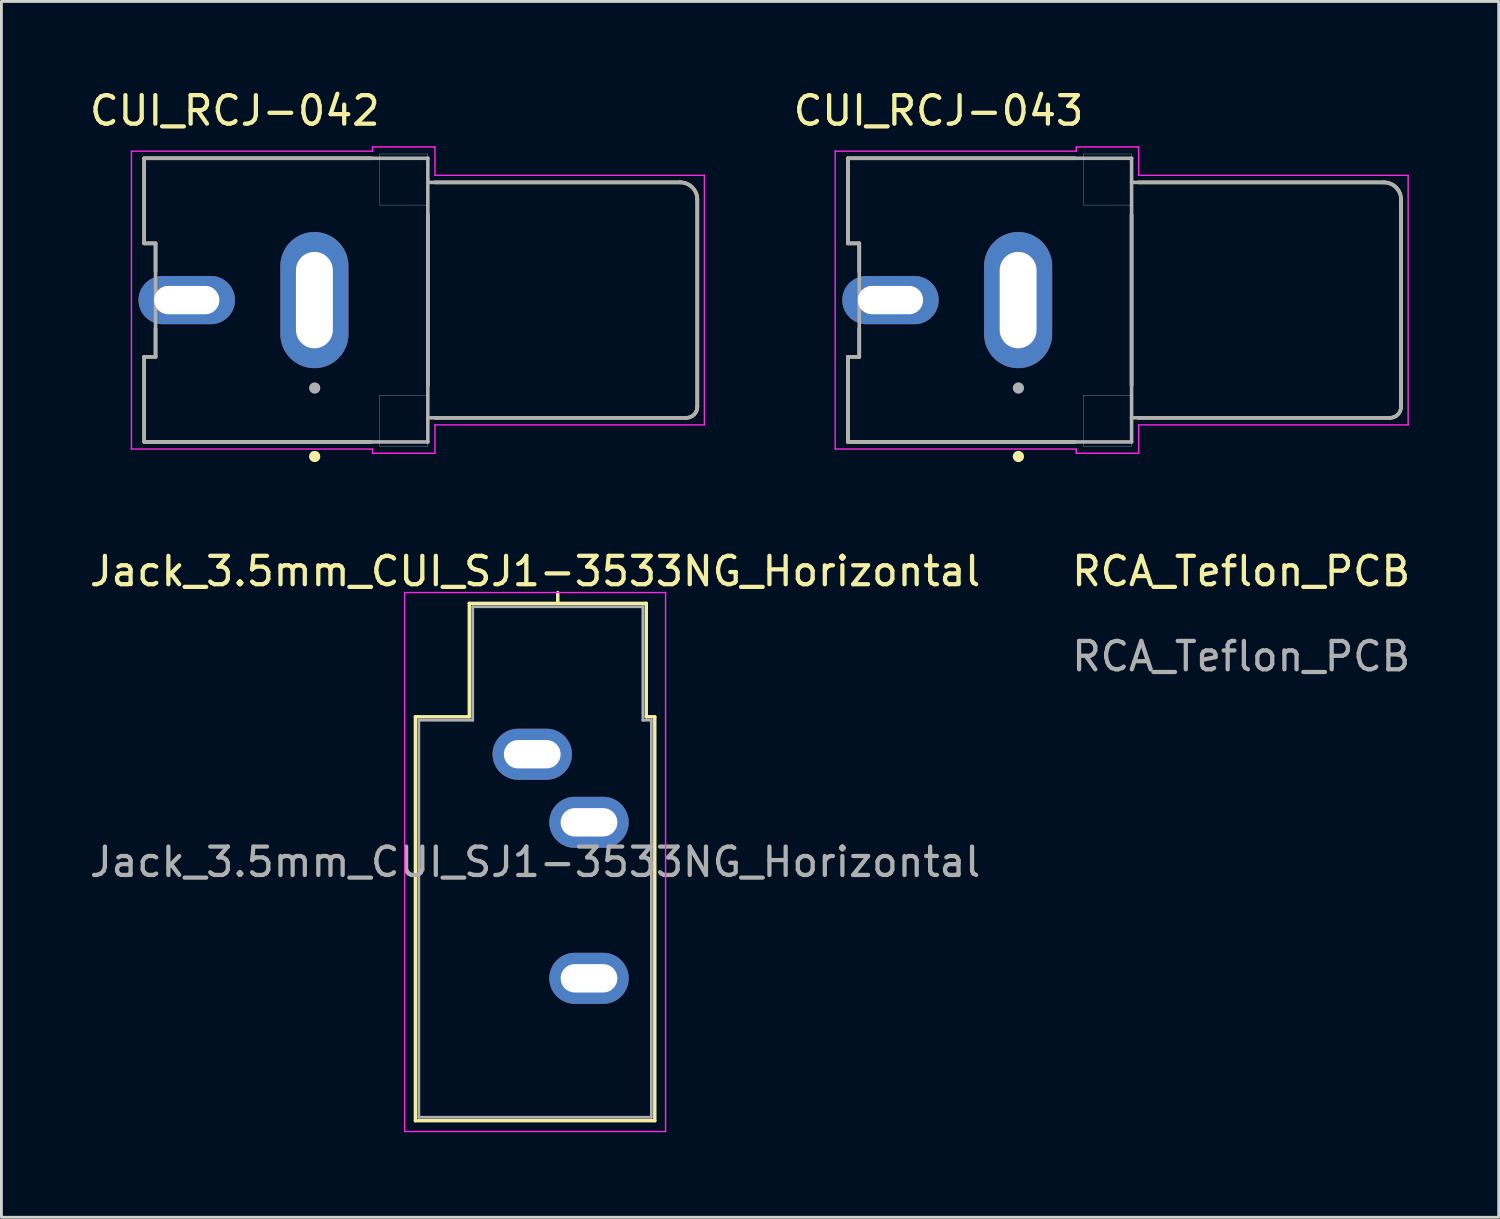
<source format=kicad_pcb>
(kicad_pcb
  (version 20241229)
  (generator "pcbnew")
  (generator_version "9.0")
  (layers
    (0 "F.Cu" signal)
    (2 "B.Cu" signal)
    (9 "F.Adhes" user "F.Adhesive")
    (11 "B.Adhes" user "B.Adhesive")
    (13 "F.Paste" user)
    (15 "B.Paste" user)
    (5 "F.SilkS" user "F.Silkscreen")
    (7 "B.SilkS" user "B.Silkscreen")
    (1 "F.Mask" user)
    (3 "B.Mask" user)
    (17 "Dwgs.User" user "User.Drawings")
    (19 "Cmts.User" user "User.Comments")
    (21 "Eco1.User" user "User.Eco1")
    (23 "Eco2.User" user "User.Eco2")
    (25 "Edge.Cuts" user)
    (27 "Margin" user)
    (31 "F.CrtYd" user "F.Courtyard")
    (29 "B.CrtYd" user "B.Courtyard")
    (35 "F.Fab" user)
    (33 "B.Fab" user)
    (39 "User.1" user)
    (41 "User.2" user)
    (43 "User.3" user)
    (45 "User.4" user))
  (footprint "CUI_RCJ-043"
    (layer "F.Cu")
    (at 36.844 7.53)
    (property "Reference" "CUI_RCJ-043" (at -6.806 -6.678 0) (layer "F.SilkS") (effects (font (size 1.006 1.006) (thickness 0.15))))
    (attr through_hole)
    (fp_line (start -10 -5) (end -2 -5) (stroke (width 0.127) (type solid)) (layer "F.SilkS"))
    (fp_line (start -10 -2) (end -10 -5) (stroke (width 0.127) (type solid)) (layer "F.SilkS"))
    (fp_line (start -10 2) (end -9.6 2) (stroke (width 0.127) (type solid)) (layer "F.SilkS"))
    (fp_line (start -10 5) (end -10 2) (stroke (width 0.127) (type solid)) (layer "F.SilkS"))
    (fp_line (start -10 5) (end -2 5) (stroke (width 0.127) (type solid)) (layer "F.SilkS"))
    (fp_line (start -9.6 -2) (end -10 -2) (stroke (width 0.127) (type solid)) (layer "F.SilkS"))
    (fp_line (start -9.6 -1) (end -9.6 -2) (stroke (width 0.127) (type solid)) (layer "F.SilkS"))
    (fp_line (start -9.6 2) (end -9.6 1) (stroke (width 0.127) (type solid)) (layer "F.SilkS"))
    (fp_line (start 0 3) (end 0 -3) (stroke (width 0.127) (type solid)) (layer "F.SilkS"))
    (fp_line (start 0.25 -4.15) (end 8.89 -4.15) (stroke (width 0.127) (type solid)) (layer "F.SilkS"))
    (fp_line (start 9.11 4.15) (end 0.25 4.15) (stroke (width 0.127) (type solid)) (layer "F.SilkS"))
    (fp_line (start 9.5 -3.54) (end 9.5 3.76) (stroke (width 0.127) (type solid)) (layer "F.SilkS"))
    (fp_arc (start 8.89 -4.15) (mid 9.321335 -3.971335) (end 9.5 -3.54) (stroke (width 0.127) (type solid)) (layer "F.SilkS"))
    (fp_arc (start 9.5 3.76) (mid 9.385772 4.035772) (end 9.11 4.15) (stroke (width 0.127) (type solid)) (layer "F.SilkS"))
    (fp_circle (center -3.99 5.513) (end -3.89 5.513) (stroke (width 0.2) (type solid)) (fill no) (layer "F.SilkS"))
    (fp_line (start -1.7 -5.15) (end -1.7 -3.35) (stroke (width 0.01) (type solid)) (layer "Edge.Cuts"))
    (fp_line (start -1.7 -3.35) (end 0 -3.35) (stroke (width 0.01) (type solid)) (layer "Edge.Cuts"))
    (fp_line (start -1.7 3.35) (end -1.7 5.15) (stroke (width 0.01) (type solid)) (layer "Edge.Cuts"))
    (fp_line (start -1.7 5.15) (end 0 5.15) (stroke (width 0.01) (type solid)) (layer "Edge.Cuts"))
    (fp_line (start 0 -5.15) (end -1.7 -5.15) (stroke (width 0.01) (type solid)) (layer "Edge.Cuts"))
    (fp_line (start 0 -3.35) (end 0 -5.15) (stroke (width 0.01) (type solid)) (layer "Edge.Cuts"))
    (fp_line (start 0 3.35) (end -1.7 3.35) (stroke (width 0.01) (type solid)) (layer "Edge.Cuts"))
    (fp_line (start 0 5.15) (end 0 3.35) (stroke (width 0.01) (type solid)) (layer "Edge.Cuts"))
    (fp_line (start -10.45 -5.25) (end -10.45 5.25) (stroke (width 0.05) (type solid)) (layer "F.CrtYd"))
    (fp_line (start -10.45 5.25) (end -1.95 5.25) (stroke (width 0.05) (type solid)) (layer "F.CrtYd"))
    (fp_line (start -1.95 -5.4) (end -1.95 -5.25) (stroke (width 0.05) (type solid)) (layer "F.CrtYd"))
    (fp_line (start -1.95 -5.25) (end -10.45 -5.25) (stroke (width 0.05) (type solid)) (layer "F.CrtYd"))
    (fp_line (start -1.95 5.25) (end -1.95 5.4) (stroke (width 0.05) (type solid)) (layer "F.CrtYd"))
    (fp_line (start -1.95 5.4) (end 0.25 5.4) (stroke (width 0.05) (type solid)) (layer "F.CrtYd"))
    (fp_line (start 0.25 -5.4) (end -1.95 -5.4) (stroke (width 0.05) (type solid)) (layer "F.CrtYd"))
    (fp_line (start 0.25 -4.4) (end 0.25 -5.4) (stroke (width 0.05) (type solid)) (layer "F.CrtYd"))
    (fp_line (start 0.25 4.4) (end 9.75 4.4) (stroke (width 0.05) (type solid)) (layer "F.CrtYd"))
    (fp_line (start 0.25 5.4) (end 0.25 4.4) (stroke (width 0.05) (type solid)) (layer "F.CrtYd"))
    (fp_line (start 9.75 -4.4) (end 0.25 -4.4) (stroke (width 0.05) (type solid)) (layer "F.CrtYd"))
    (fp_line (start 9.75 4.4) (end 9.75 -4.4) (stroke (width 0.05) (type solid)) (layer "F.CrtYd"))
    (fp_line (start -10 -5) (end 0 -5) (stroke (width 0.127) (type solid)) (layer "F.Fab"))
    (fp_line (start -10 -2) (end -10 -5) (stroke (width 0.127) (type solid)) (layer "F.Fab"))
    (fp_line (start -10 2) (end -9.6 2) (stroke (width 0.127) (type solid)) (layer "F.Fab"))
    (fp_line (start -10 5) (end -10 2) (stroke (width 0.127) (type solid)) (layer "F.Fab"))
    (fp_line (start -9.6 -2) (end -10 -2) (stroke (width 0.127) (type solid)) (layer "F.Fab"))
    (fp_line (start -9.6 2) (end -9.6 -2) (stroke (width 0.127) (type solid)) (layer "F.Fab"))
    (fp_line (start 0 -5) (end 0 -4.15) (stroke (width 0.127) (type solid)) (layer "F.Fab"))
    (fp_line (start 0 -4.15) (end 0 4.15) (stroke (width 0.127) (type solid)) (layer "F.Fab"))
    (fp_line (start 0 -4.15) (end 8.91 -4.15) (stroke (width 0.127) (type solid)) (layer "F.Fab"))
    (fp_line (start 0 4.15) (end 0 5) (stroke (width 0.127) (type solid)) (layer "F.Fab"))
    (fp_line (start 0 5) (end -10 5) (stroke (width 0.127) (type solid)) (layer "F.Fab"))
    (fp_line (start 9.11 4.15) (end 0 4.15) (stroke (width 0.127) (type solid)) (layer "F.Fab"))
    (fp_line (start 9.5 -3.56) (end 9.5 3.76) (stroke (width 0.127) (type solid)) (layer "F.Fab"))
    (fp_arc (start 8.91 -4.15) (mid 9.327193 -3.977193) (end 9.5 -3.56) (stroke (width 0.127) (type solid)) (layer "F.Fab"))
    (fp_arc (start 9.5 3.76) (mid 9.385772 4.035772) (end 9.11 4.15) (stroke (width 0.127) (type solid)) (layer "F.Fab"))
    (fp_circle (center -3.99 3.1) (end -3.89 3.1) (stroke (width 0.2) (type solid)) (fill no) (layer "F.Fab"))
    (pad "1" thru_hole oval (at -4 0) (size 2.4 4.8) (drill oval 1.3 3.4) (layers "*.Cu" "*.Mask"))
    (pad "2" thru_hole oval (at -8.5 0) (size 3.4 1.7) (drill oval 2.3 1) (layers "*.Cu" "*.Mask")))
  (footprint "CUI_RCJ-042"
    (layer "F.Cu")
    (at 12.034 7.53)
    (property "Reference" "CUI_RCJ-042" (at -6.806 -6.678 0) (layer "F.SilkS") (effects (font (size 1.006 1.006) (thickness 0.15))))
    (attr through_hole)
    (fp_line (start -10 -5) (end -2 -5) (stroke (width 0.127) (type solid)) (layer "F.SilkS"))
    (fp_line (start -10 -2) (end -10 -5) (stroke (width 0.127) (type solid)) (layer "F.SilkS"))
    (fp_line (start -10 2) (end -9.6 2) (stroke (width 0.127) (type solid)) (layer "F.SilkS"))
    (fp_line (start -10 5) (end -10 2) (stroke (width 0.127) (type solid)) (layer "F.SilkS"))
    (fp_line (start -10 5) (end -2 5) (stroke (width 0.127) (type solid)) (layer "F.SilkS"))
    (fp_line (start -9.6 -2) (end -10 -2) (stroke (width 0.127) (type solid)) (layer "F.SilkS"))
    (fp_line (start -9.6 -1) (end -9.6 -2) (stroke (width 0.127) (type solid)) (layer "F.SilkS"))
    (fp_line (start -9.6 2) (end -9.6 1) (stroke (width 0.127) (type solid)) (layer "F.SilkS"))
    (fp_line (start 0 3) (end 0 -3) (stroke (width 0.127) (type solid)) (layer "F.SilkS"))
    (fp_line (start 0.25 -4.15) (end 8.89 -4.15) (stroke (width 0.127) (type solid)) (layer "F.SilkS"))
    (fp_line (start 9.11 4.15) (end 0.25 4.15) (stroke (width 0.127) (type solid)) (layer "F.SilkS"))
    (fp_line (start 9.5 -3.54) (end 9.5 3.76) (stroke (width 0.127) (type solid)) (layer "F.SilkS"))
    (fp_arc (start 8.89 -4.15) (mid 9.321335 -3.971335) (end 9.5 -3.54) (stroke (width 0.127) (type solid)) (layer "F.SilkS"))
    (fp_arc (start 9.5 3.76) (mid 9.385772 4.035772) (end 9.11 4.15) (stroke (width 0.127) (type solid)) (layer "F.SilkS"))
    (fp_circle (center -3.99 5.513) (end -3.89 5.513) (stroke (width 0.2) (type solid)) (fill no) (layer "F.SilkS"))
    (fp_line (start -1.7 -5.15) (end -1.7 -3.35) (stroke (width 0.01) (type solid)) (layer "Edge.Cuts"))
    (fp_line (start -1.7 -3.35) (end 0 -3.35) (stroke (width 0.01) (type solid)) (layer "Edge.Cuts"))
    (fp_line (start -1.7 3.35) (end -1.7 5.15) (stroke (width 0.01) (type solid)) (layer "Edge.Cuts"))
    (fp_line (start -1.7 5.15) (end 0 5.15) (stroke (width 0.01) (type solid)) (layer "Edge.Cuts"))
    (fp_line (start 0 -5.15) (end -1.7 -5.15) (stroke (width 0.01) (type solid)) (layer "Edge.Cuts"))
    (fp_line (start 0 -3.35) (end 0 -5.15) (stroke (width 0.01) (type solid)) (layer "Edge.Cuts"))
    (fp_line (start 0 3.35) (end -1.7 3.35) (stroke (width 0.01) (type solid)) (layer "Edge.Cuts"))
    (fp_line (start 0 5.15) (end 0 3.35) (stroke (width 0.01) (type solid)) (layer "Edge.Cuts"))
    (fp_line (start -10.45 -5.25) (end -10.45 5.25) (stroke (width 0.05) (type solid)) (layer "F.CrtYd"))
    (fp_line (start -10.45 5.25) (end -1.95 5.25) (stroke (width 0.05) (type solid)) (layer "F.CrtYd"))
    (fp_line (start -1.95 -5.4) (end -1.95 -5.25) (stroke (width 0.05) (type solid)) (layer "F.CrtYd"))
    (fp_line (start -1.95 -5.25) (end -10.45 -5.25) (stroke (width 0.05) (type solid)) (layer "F.CrtYd"))
    (fp_line (start -1.95 5.25) (end -1.95 5.4) (stroke (width 0.05) (type solid)) (layer "F.CrtYd"))
    (fp_line (start -1.95 5.4) (end 0.25 5.4) (stroke (width 0.05) (type solid)) (layer "F.CrtYd"))
    (fp_line (start 0.25 -5.4) (end -1.95 -5.4) (stroke (width 0.05) (type solid)) (layer "F.CrtYd"))
    (fp_line (start 0.25 -4.4) (end 0.25 -5.4) (stroke (width 0.05) (type solid)) (layer "F.CrtYd"))
    (fp_line (start 0.25 4.4) (end 9.75 4.4) (stroke (width 0.05) (type solid)) (layer "F.CrtYd"))
    (fp_line (start 0.25 5.4) (end 0.25 4.4) (stroke (width 0.05) (type solid)) (layer "F.CrtYd"))
    (fp_line (start 9.75 -4.4) (end 0.25 -4.4) (stroke (width 0.05) (type solid)) (layer "F.CrtYd"))
    (fp_line (start 9.75 4.4) (end 9.75 -4.4) (stroke (width 0.05) (type solid)) (layer "F.CrtYd"))
    (fp_line (start -10 -5) (end 0 -5) (stroke (width 0.127) (type solid)) (layer "F.Fab"))
    (fp_line (start -10 -2) (end -10 -5) (stroke (width 0.127) (type solid)) (layer "F.Fab"))
    (fp_line (start -10 2) (end -9.6 2) (stroke (width 0.127) (type solid)) (layer "F.Fab"))
    (fp_line (start -10 5) (end -10 2) (stroke (width 0.127) (type solid)) (layer "F.Fab"))
    (fp_line (start -9.6 -2) (end -10 -2) (stroke (width 0.127) (type solid)) (layer "F.Fab"))
    (fp_line (start -9.6 2) (end -9.6 -2) (stroke (width 0.127) (type solid)) (layer "F.Fab"))
    (fp_line (start 0 -5) (end 0 -4.15) (stroke (width 0.127) (type solid)) (layer "F.Fab"))
    (fp_line (start 0 -4.15) (end 0 4.15) (stroke (width 0.127) (type solid)) (layer "F.Fab"))
    (fp_line (start 0 -4.15) (end 8.91 -4.15) (stroke (width 0.127) (type solid)) (layer "F.Fab"))
    (fp_line (start 0 4.15) (end 0 5) (stroke (width 0.127) (type solid)) (layer "F.Fab"))
    (fp_line (start 0 5) (end -10 5) (stroke (width 0.127) (type solid)) (layer "F.Fab"))
    (fp_line (start 9.11 4.15) (end 0 4.15) (stroke (width 0.127) (type solid)) (layer "F.Fab"))
    (fp_line (start 9.5 -3.56) (end 9.5 3.76) (stroke (width 0.127) (type solid)) (layer "F.Fab"))
    (fp_arc (start 8.91 -4.15) (mid 9.327193 -3.977193) (end 9.5 -3.56) (stroke (width 0.127) (type solid)) (layer "F.Fab"))
    (fp_arc (start 9.5 3.76) (mid 9.385772 4.035772) (end 9.11 4.15) (stroke (width 0.127) (type solid)) (layer "F.Fab"))
    (fp_circle (center -3.99 3.1) (end -3.89 3.1) (stroke (width 0.2) (type solid)) (fill no) (layer "F.Fab"))
    (pad "1" thru_hole oval (at -4 0) (size 2.4 4.8) (drill oval 1.3 3.4) (layers "*.Cu" "*.Mask"))
    (pad "2" thru_hole oval (at -8.5 0) (size 3.4 1.7) (drill oval 2.3 1) (layers "*.Cu" "*.Mask")))
  (footprint "RCA_Teflon_PCB"
    (layer "F.Cu")
    (at 40.708 17.591)
    (property "Reference" "RCA_Teflon_PCB" (at 0 -0.5 0) (unlocked yes) (layer "F.SilkS") (effects (font (size 1 1) (thickness 0.15))))
    (attr through_hole)
    (fp_text user "${REFERENCE}" (at 0 2.5 0) (unlocked yes) (layer "F.Fab") (effects (font (size 1 1) (thickness 0.15)))))
  (footprint "Jack_3.5mm_CUI_SJ1-3533NG_Horizontal"
    (layer "F.Cu")
    (at 15.715 23.541)
    (property "Reference" "Jack_3.5mm_CUI_SJ1-3533NG_Horizontal" (at 0.1 -6.45 0) (layer "F.SilkS") (effects (font (size 1 1) (thickness 0.15))))
    (attr through_hole)
    (fp_line (start -4.12 -1.32) (end -2.22 -1.32) (stroke (width 0.12) (type solid)) (layer "F.SilkS"))
    (fp_line (start -4.12 12.92) (end -4.12 -1.32) (stroke (width 0.12) (type solid)) (layer "F.SilkS"))
    (fp_line (start -2.22 -5.32) (end 4.02 -5.32) (stroke (width 0.12) (type solid)) (layer "F.SilkS"))
    (fp_line (start -2.22 -1.32) (end -2.22 -5.32) (stroke (width 0.12) (type solid)) (layer "F.SilkS"))
    (fp_line (start 0.9 -5.32) (end 0.9 -5.7) (stroke (width 0.12) (type solid)) (layer "F.SilkS"))
    (fp_line (start 4.02 -5.32) (end 4.02 -1.32) (stroke (width 0.12) (type solid)) (layer "F.SilkS"))
    (fp_line (start 4.02 -1.32) (end 4.32 -1.32) (stroke (width 0.12) (type solid)) (layer "F.SilkS"))
    (fp_line (start 4.32 -1.32) (end 4.32 12.92) (stroke (width 0.12) (type solid)) (layer "F.SilkS"))
    (fp_line (start 4.32 12.92) (end -4.12 12.92) (stroke (width 0.12) (type solid)) (layer "F.SilkS"))
    (fp_line (start -4.5 -5.7) (end -4.5 13.3) (stroke (width 0.05) (type solid)) (layer "F.CrtYd"))
    (fp_line (start -4.5 13.3) (end 4.7 13.3) (stroke (width 0.05) (type solid)) (layer "F.CrtYd"))
    (fp_line (start 4.7 -5.7) (end -4.5 -5.7) (stroke (width 0.05) (type solid)) (layer "F.CrtYd"))
    (fp_line (start 4.7 13.3) (end 4.7 -5.7) (stroke (width 0.05) (type solid)) (layer "F.CrtYd"))
    (fp_line (start -4 -1.2) (end -2.1 -1.2) (stroke (width 0.1) (type solid)) (layer "F.Fab"))
    (fp_line (start -4 12.8) (end -4 -1.2) (stroke (width 0.1) (type solid)) (layer "F.Fab"))
    (fp_line (start -2.1 -5.2) (end 3.9 -5.2) (stroke (width 0.1) (type solid)) (layer "F.Fab"))
    (fp_line (start -2.1 -1.2) (end -2.1 -5.2) (stroke (width 0.1) (type solid)) (layer "F.Fab"))
    (fp_line (start 3.9 -5.2) (end 3.9 -1.2) (stroke (width 0.1) (type solid)) (layer "F.Fab"))
    (fp_line (start 3.9 -1.2) (end 4.2 -1.2) (stroke (width 0.1) (type solid)) (layer "F.Fab"))
    (fp_line (start 4.2 -1.2) (end 4.2 12.8) (stroke (width 0.1) (type solid)) (layer "F.Fab"))
    (fp_line (start 4.2 12.8) (end -4 12.8) (stroke (width 0.1) (type solid)) (layer "F.Fab"))
    (fp_text user "${REFERENCE}" (at 0.1 3.8 0) (layer "F.Fab") (effects (font (size 1 1) (thickness 0.15))))
    (pad "R" thru_hole oval (at 2 7.9) (size 2.8 1.8) (drill oval 2 1) (layers "*.Cu" "*.Mask"))
    (pad "S" thru_hole oval (at 0 0) (size 2.8 1.8) (drill oval 2 1) (layers "*.Cu" "*.Mask"))
    (pad "T" thru_hole oval (at 2 2.4) (size 2.8 1.8) (drill oval 2 1) (layers "*.Cu" "*.Mask")))
  (gr_rect
    (start -3 -3)
    (end 49.786 39.866)
    (stroke (width 0.1) (type default))
    (fill no)
    (layer "Edge.Cuts")))
</source>
